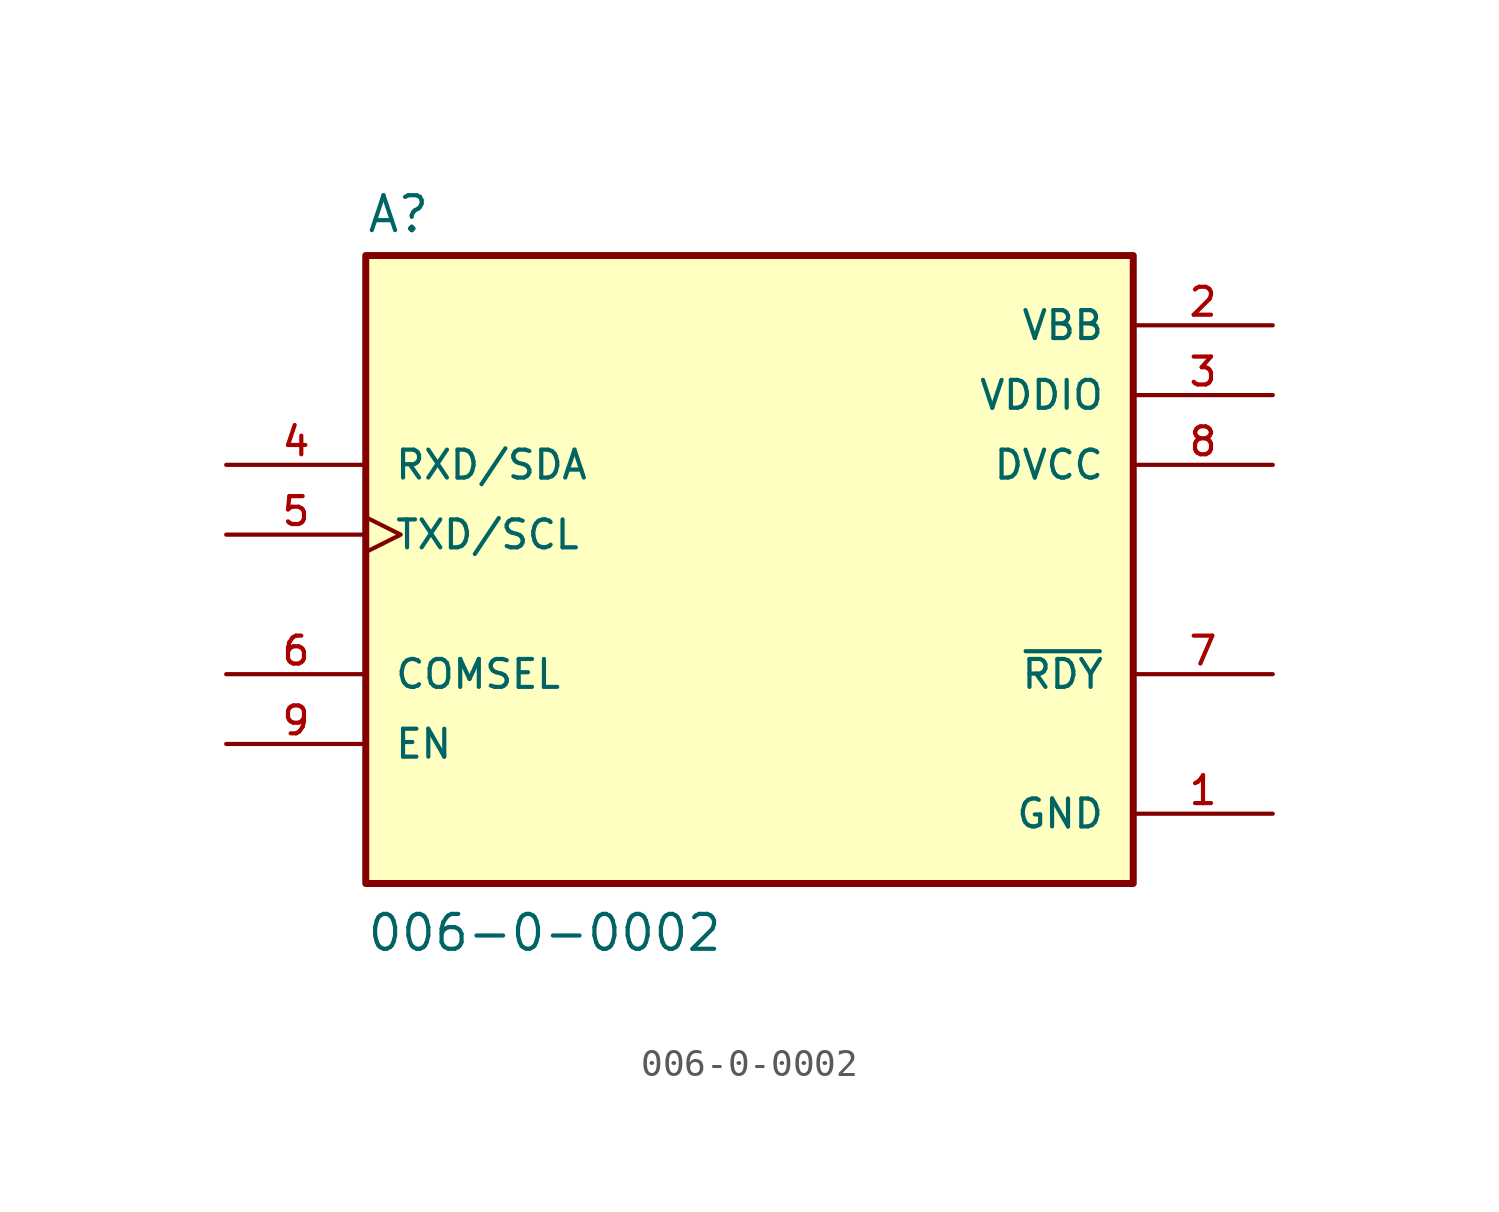
<source format=kicad_sym>
(kicad_symbol_lib
  (version 20231120)
  (generator "kicad_symbol_editor")
  (generator_version "8.0")
  (symbol "006-0-0002"
    (pin_names
      (offset 1.016))
    (property "Reference" "A"
      (at -15.24 13.462 0)
      (effects (font (size 1.27 1.27)) (justify left bottom)))
    (property "Value" "006-0-0002"
      (at -15.24 -12.7 0)
      (effects (font (size 1.27 1.27)) (justify left bottom)))
    (symbol "006-0-0002_0_0"
      (rectangle (start -15.24 -10.16) (end 12.7 12.7) (stroke (width 0.254) (type default)) (fill (type background)))
      (pin power_in line (at 17.78 -7.62 180) (length 5.08) (name "GND" (effects (font (size 1.016 1.016)))) (number "1" (effects (font (size 1.016 1.016)))))
      (pin power_in line (at 17.78 10.16 180) (length 5.08) (name "VBB" (effects (font (size 1.016 1.016)))) (number "2" (effects (font (size 1.016 1.016)))))
      (pin power_in line (at 17.78 7.62 180) (length 5.08) (name "VDDIO" (effects (font (size 1.016 1.016)))) (number "3" (effects (font (size 1.016 1.016)))))
      (pin bidirectional line (at -20.32 5.08 0) (length 5.08) (name "RXD/SDA" (effects (font (size 1.016 1.016)))) (number "4" (effects (font (size 1.016 1.016)))))
      (pin bidirectional clock (at -20.32 2.54 0) (length 5.08) (name "TXD/SCL" (effects (font (size 1.016 1.016)))) (number "5" (effects (font (size 1.016 1.016)))))
      (pin input line (at -20.32 -2.54 0) (length 5.08) (name "COMSEL" (effects (font (size 1.016 1.016)))) (number "6" (effects (font (size 1.016 1.016)))))
      (pin output line (at 17.78 -2.54 180) (length 5.08) (name "~{RDY}" (effects (font (size 1.016 1.016)))) (number "7" (effects (font (size 1.016 1.016)))))
      (pin power_in line (at 17.78 5.08 180) (length 5.08) (name "DVCC" (effects (font (size 1.016 1.016)))) (number "8" (effects (font (size 1.016 1.016)))))
      (pin input line (at -20.32 -5.08 0) (length 5.08) (name "EN" (effects (font (size 1.016 1.016)))) (number "9" (effects (font (size 1.016 1.016))))))))
</source>
